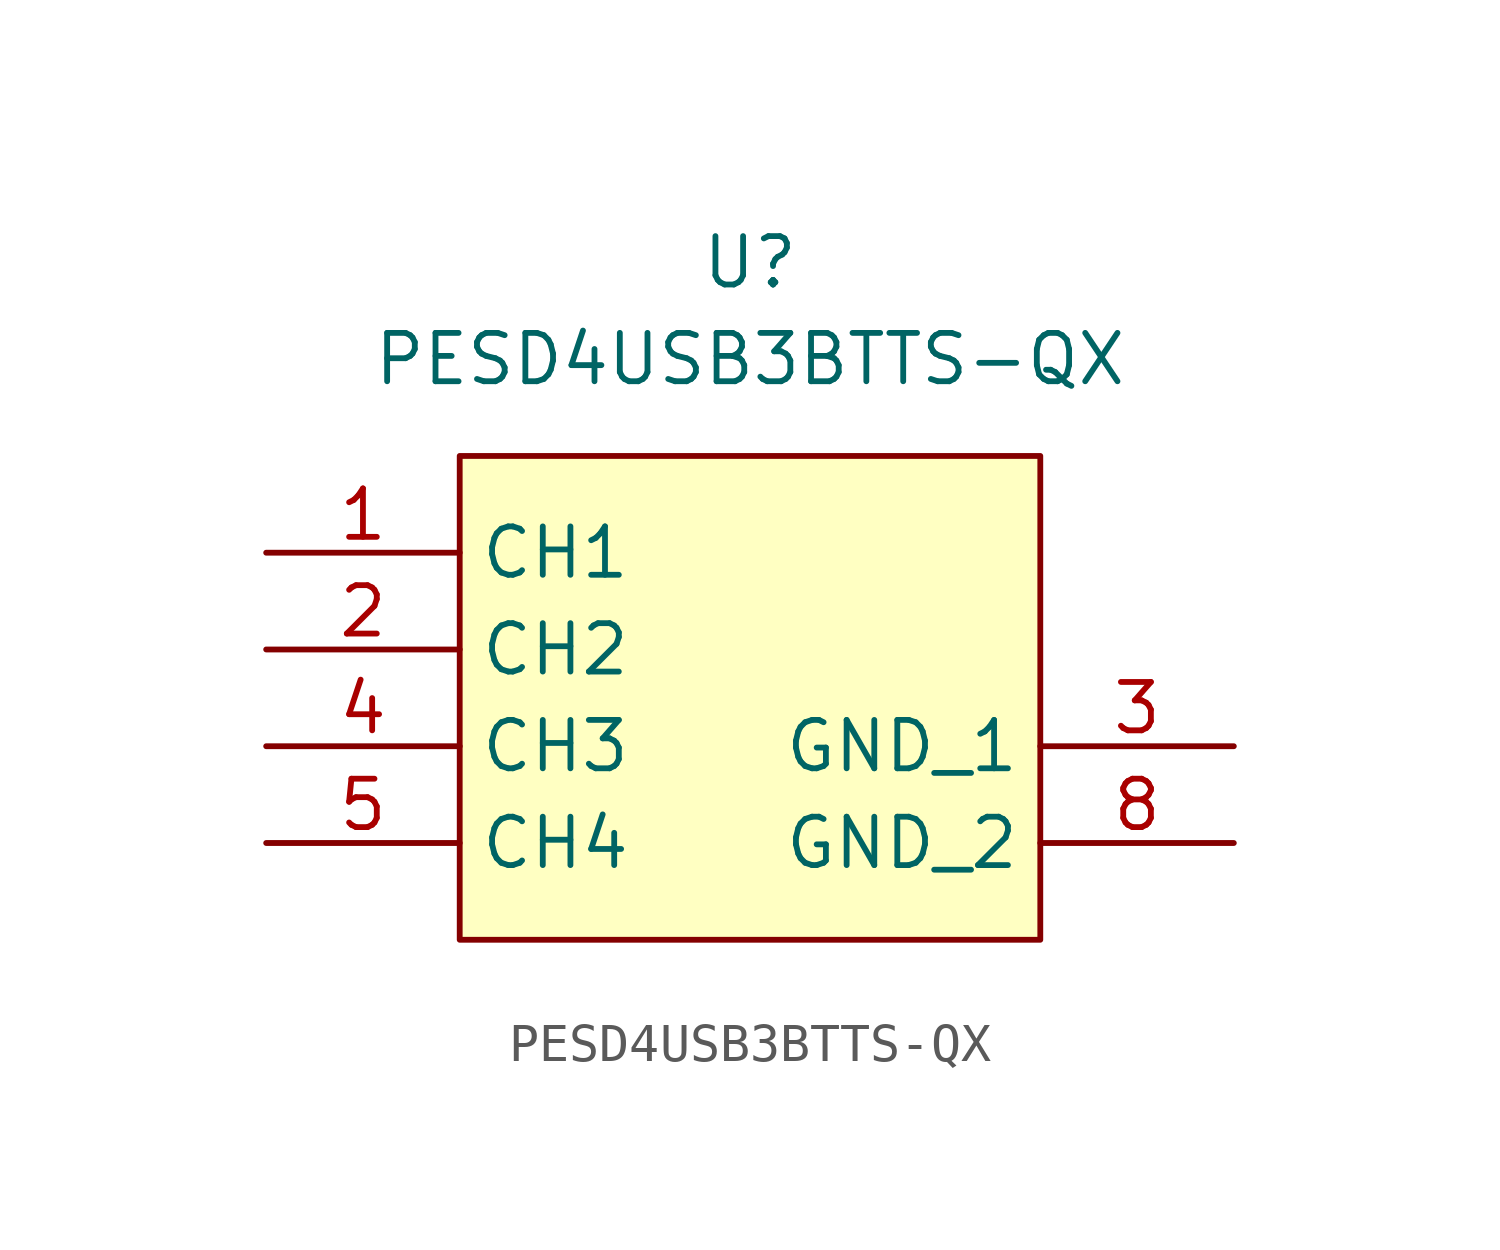
<source format=kicad_sym>
(kicad_symbol_lib
  (version 20241209)
  (generator "kicad_symbol_editor")
  (generator_version "9.0")
  (symbol "PESD4USB3BTTS-QX"
    (property "Reference" "U"
      (at 0 5.08 0)
      (effects (font (size 1.27 1.27))))
    (property "Value" "PESD4USB3BTTS-QX"
      (at 0 2.54 0)
      (effects (font (size 1.27 1.27))))
    (symbol "PESD4USB3BTTS-QX_1_1"
      (rectangle (start -7.62 0) (end 7.62 -12.7) (stroke (width 0) (type solid)) (fill (type background)))
      (pin passive line (at -12.7 -2.54 0) (length 5.08) (name "CH1" (effects (font (size 1.27 1.27)))) (number "1" (effects (font (size 1.27 1.27)))))
      (pin passive line (at -12.7 -2.54 0) (length 5.08) (hide yes) (name "NC" (effects (font (size 1.27 1.27)))) (number "10" (effects (font (size 1.27 1.27)))))
      (pin passive line (at -12.7 -5.08 0) (length 5.08) (name "CH2" (effects (font (size 1.27 1.27)))) (number "2" (effects (font (size 1.27 1.27)))))
      (pin passive line (at -12.7 -5.08 0) (length 5.08) (hide yes) (name "NC" (effects (font (size 1.27 1.27)))) (number "9" (effects (font (size 1.27 1.27)))))
      (pin passive line (at -12.7 -7.62 0) (length 5.08) (name "CH3" (effects (font (size 1.27 1.27)))) (number "4" (effects (font (size 1.27 1.27)))))
      (pin passive line (at -12.7 -7.62 0) (length 5.08) (hide yes) (name "NC" (effects (font (size 1.27 1.27)))) (number "7" (effects (font (size 1.27 1.27)))))
      (pin passive line (at -12.7 -10.16 0) (length 5.08) (name "CH4" (effects (font (size 1.27 1.27)))) (number "5" (effects (font (size 1.27 1.27)))))
      (pin passive line (at -12.7 -10.16 0) (length 5.08) (hide yes) (name "NC" (effects (font (size 1.27 1.27)))) (number "6" (effects (font (size 1.27 1.27)))))
      (pin passive line (at 12.7 -7.62 180) (length 5.08) (name "GND_1" (effects (font (size 1.27 1.27)))) (number "3" (effects (font (size 1.27 1.27)))))
      (pin passive line (at 12.7 -10.16 180) (length 5.08) (name "GND_2" (effects (font (size 1.27 1.27)))) (number "8" (effects (font (size 1.27 1.27))))))))
</source>
